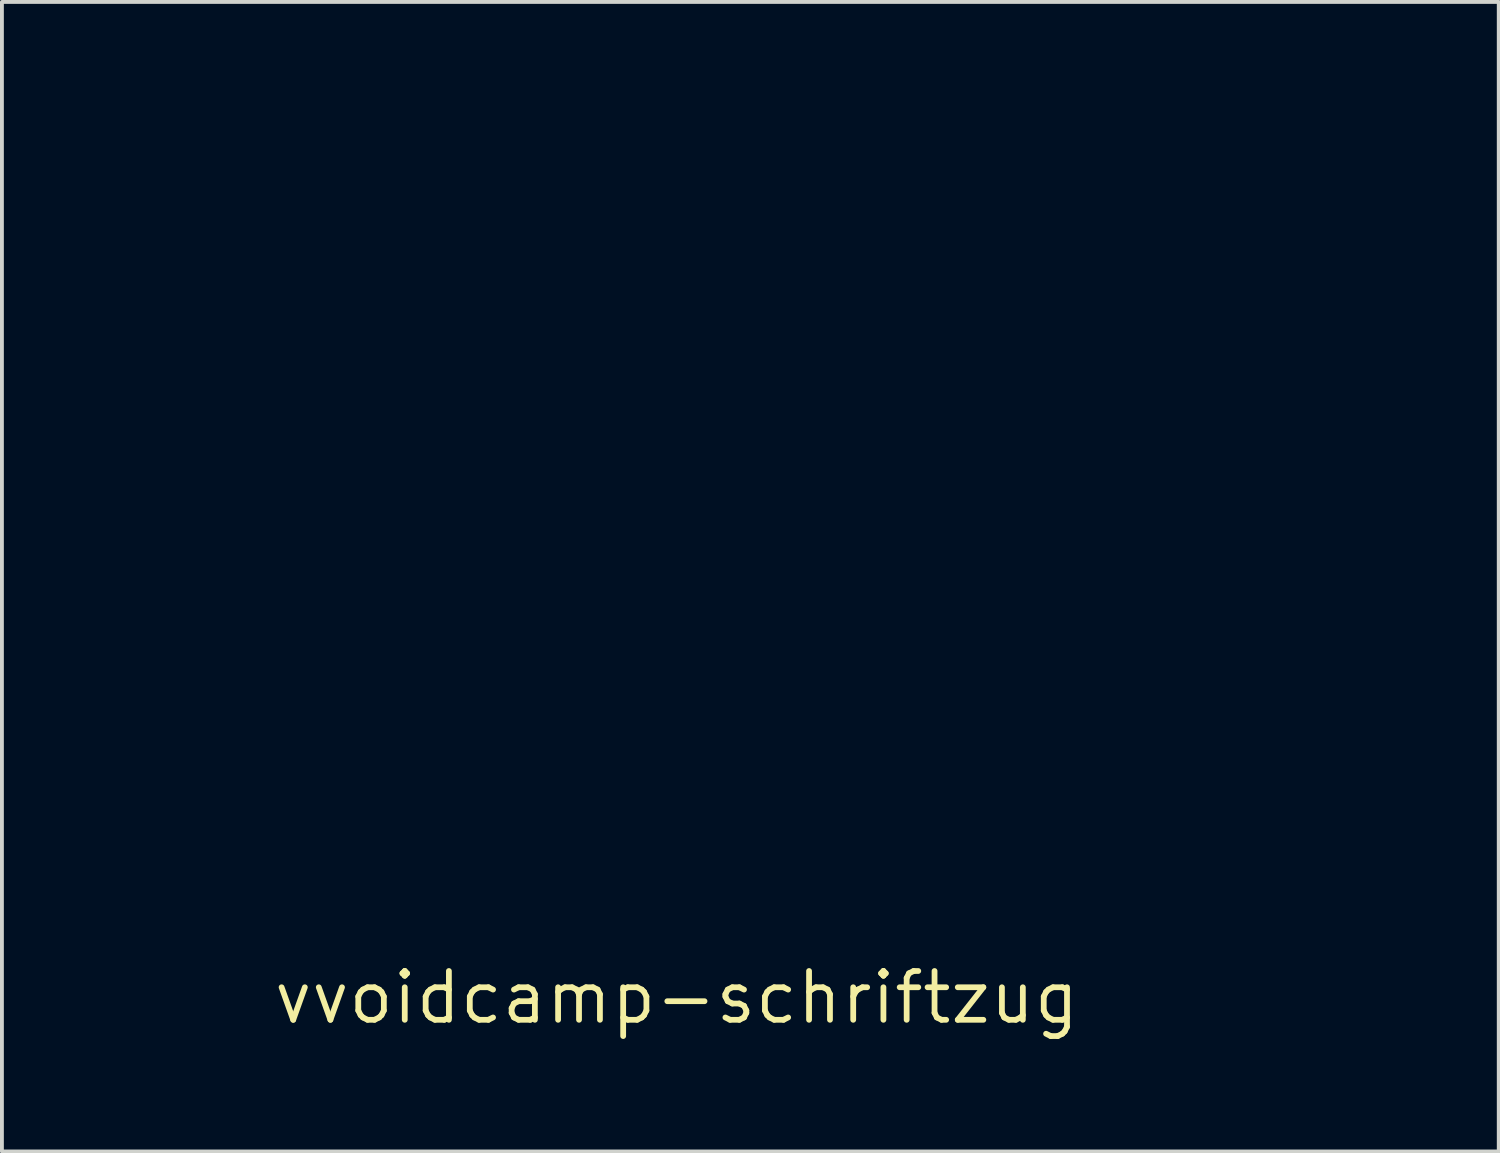
<source format=kicad_pcb>
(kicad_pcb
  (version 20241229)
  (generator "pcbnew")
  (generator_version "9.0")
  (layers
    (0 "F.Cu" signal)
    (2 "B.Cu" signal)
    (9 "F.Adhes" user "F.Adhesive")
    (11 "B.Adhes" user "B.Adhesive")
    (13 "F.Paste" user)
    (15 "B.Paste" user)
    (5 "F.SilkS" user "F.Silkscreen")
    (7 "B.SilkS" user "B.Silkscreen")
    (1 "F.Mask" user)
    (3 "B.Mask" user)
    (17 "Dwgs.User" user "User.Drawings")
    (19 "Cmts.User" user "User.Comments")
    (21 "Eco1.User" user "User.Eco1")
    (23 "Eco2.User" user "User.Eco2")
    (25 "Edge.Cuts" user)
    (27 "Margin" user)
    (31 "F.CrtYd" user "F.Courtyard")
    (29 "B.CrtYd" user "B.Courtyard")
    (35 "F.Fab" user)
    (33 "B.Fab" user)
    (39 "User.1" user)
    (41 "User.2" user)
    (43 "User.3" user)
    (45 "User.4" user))
  (footprint "vvoidcamp-schriftzug"
    (layer "F.Cu")
    (at 14.56 22.912)
    (property "Reference" "vvoidcamp-schriftzug" (at 0 0 0) (layer "F.SilkS") (effects (font (size 1.27 1.27) (thickness 0.15))))
    (attr through_hole)
    (fp_poly (pts (xy -2.993 -22.818) (xy -2.371 -22.818) (xy -2.371 -18.305) (xy -2.531 -18.148) (xy -2.692 -17.992) (xy -3.979 -17.992) (xy -3.979 -22.461) (xy -3.918 -22.521) (xy -3.302 -22.521) (xy -3.302 -18.627) (xy -2.667 -18.627) (xy -2.667 -22.521) (xy -3.302 -22.521) (xy -3.918 -22.521) (xy -3.798 -22.64) (xy -3.616 -22.818) (xy -2.993 -22.818)) (stroke (width 0.01) (type solid)) (fill yes) (layer "F.Mask"))
    (fp_poly (pts (xy -0.813 -22.776) (xy -0.428 -22.658) (xy -0.054 -22.47) (xy 0.294 -22.22) (xy 0.448 -22.079) (xy 0.728 -21.75) (xy 0.929 -21.395) (xy 1.053 -21.012) (xy 1.099 -20.597) (xy 1.069 -20.147) (xy 1.034 -19.948) (xy 0.907 -19.524) (xy 0.711 -19.147) (xy 0.449 -18.819) (xy 0.124 -18.543) (xy -0.262 -18.32) (xy -0.705 -18.152) (xy -1.202 -18.043) (xy -1.477 -18.011) (xy -1.82 -17.981) (xy -1.82 -18.669) (xy -1.185 -18.669) (xy -1.048 -18.67) (xy -0.937 -18.685) (xy -0.783 -18.722) (xy -0.623 -18.772) (xy -0.228 -18.952) (xy 0.111 -19.192) (xy 0.39 -19.488) (xy 0.588 -19.802) (xy 0.72 -20.15) (xy 0.773 -20.503) (xy 0.753 -20.852) (xy 0.663 -21.189) (xy 0.508 -21.507) (xy 0.294 -21.796) (xy 0.025 -22.048) (xy -0.294 -22.257) (xy -0.658 -22.412) (xy -1.008 -22.499) (xy -1.185 -22.529) (xy -1.185 -18.669) (xy -1.82 -18.669) (xy -1.82 -22.513) (xy -1.609 -22.666) (xy -1.466 -22.758) (xy -1.345 -22.804) (xy -1.212 -22.817) (xy -1.196 -22.817) (xy -0.813 -22.776)) (stroke (width 0.01) (type solid)) (fill yes) (layer "F.Mask"))
    (fp_poly (pts (xy 14.649 -18.352) (xy 14.312 -18.034) (xy 10.753 -18.034) (xy 10.753 -21.876) (xy 11.397 -21.876) (xy 11.398 -21.691) (xy 11.4 -21.448) (xy 11.403 -21.156) (xy 11.408 -20.826) (xy 11.413 -20.465) (xy 11.415 -20.348) (xy 11.444 -18.669) (xy 14.351 -18.669) (xy 14.351 -22.063) (xy 13.652 -21.202) (xy 13.463 -20.971) (xy 13.291 -20.764) (xy 13.144 -20.589) (xy 13.027 -20.454) (xy 12.949 -20.369) (xy 12.918 -20.341) (xy 12.882 -20.372) (xy 12.799 -20.459) (xy 12.676 -20.593) (xy 12.521 -20.767) (xy 12.341 -20.972) (xy 12.147 -21.196) (xy 11.952 -21.422) (xy 11.775 -21.625) (xy 11.624 -21.796) (xy 11.506 -21.928) (xy 11.429 -22.011) (xy 11.399 -22.039) (xy 11.397 -21.995) (xy 11.397 -21.876) (xy 10.753 -21.876) (xy 10.753 -22.504) (xy 10.938 -22.686) (xy 11.124 -22.868) (xy 11.985 -21.869) (xy 12.198 -21.623) (xy 12.394 -21.399) (xy 12.566 -21.205) (xy 12.707 -21.048) (xy 12.809 -20.936) (xy 12.867 -20.877) (xy 12.877 -20.87) (xy 12.911 -20.902) (xy 12.993 -20.99) (xy 13.115 -21.128) (xy 13.271 -21.307) (xy 13.455 -21.52) (xy 13.658 -21.76) (xy 13.767 -21.889) (xy 14.626 -22.907) (xy 14.649 -18.352)) (stroke (width 0.01) (type solid)) (fill yes) (layer "F.Mask"))
    (fp_poly (pts (xy 16.284 -22.766) (xy 16.608 -22.759) (xy 16.861 -22.752) (xy 17.054 -22.743) (xy 17.201 -22.732) (xy 17.314 -22.717) (xy 17.406 -22.696) (xy 17.49 -22.67) (xy 17.538 -22.652) (xy 17.835 -22.506) (xy 18.065 -22.322) (xy 18.237 -22.091) (xy 18.266 -22.036) (xy 18.324 -21.916) (xy 18.361 -21.815) (xy 18.382 -21.705) (xy 18.39 -21.564) (xy 18.391 -21.366) (xy 18.391 -21.339) (xy 18.375 -21.013) (xy 18.326 -20.746) (xy 18.236 -20.518) (xy 18.097 -20.305) (xy 17.986 -20.174) (xy 17.81 -20.011) (xy 17.607 -19.868) (xy 17.4 -19.759) (xy 17.21 -19.696) (xy 17.117 -19.685) (xy 16.976 -19.685) (xy 16.976 -18.348) (xy 16.655 -18.034) (xy 14.901 -18.034) (xy 14.901 -18.669) (xy 15.579 -18.669) (xy 16.679 -18.669) (xy 16.679 -20.139) (xy 17.007 -20.169) (xy 17.298 -20.212) (xy 17.527 -20.289) (xy 17.71 -20.405) (xy 17.817 -20.511) (xy 17.957 -20.7) (xy 18.046 -20.901) (xy 18.096 -21.145) (xy 18.105 -21.225) (xy 18.101 -21.549) (xy 18.027 -21.829) (xy 17.882 -22.062) (xy 17.669 -22.245) (xy 17.446 -22.358) (xy 17.351 -22.391) (xy 17.251 -22.416) (xy 17.131 -22.435) (xy 16.976 -22.448) (xy 16.771 -22.458) (xy 16.502 -22.467) (xy 16.394 -22.469) (xy 15.579 -22.489) (xy 15.579 -18.669) (xy 14.901 -18.669) (xy 14.901 -22.419) (xy 15.088 -22.602) (xy 15.274 -22.785) (xy 16.284 -22.766)) (stroke (width 0.01) (type solid)) (fill yes) (layer "F.Mask"))
    (fp_poly (pts (xy -5.968 -22.78) (xy -5.561 -22.667) (xy -5.191 -22.478) (xy -4.854 -22.211) (xy -4.825 -22.183) (xy -4.566 -21.881) (xy -4.374 -21.546) (xy -4.237 -21.158) (xy -4.227 -21.118) (xy -4.16 -20.707) (xy -4.173 -20.31) (xy -4.265 -19.924) (xy -4.44 -19.545) (xy -4.697 -19.171) (xy -4.974 -18.86) (xy -5.35 -18.526) (xy -5.737 -18.273) (xy -6.134 -18.102) (xy -6.538 -18.013) (xy -6.948 -18.008) (xy -7.227 -18.053) (xy -7.612 -18.182) (xy -7.97 -18.381) (xy -8.29 -18.64) (xy -8.561 -18.947) (xy -8.771 -19.293) (xy -8.909 -19.662) (xy -8.941 -19.831) (xy -8.964 -20.041) (xy -8.974 -20.252) (xy -8.974 -20.276) (xy -8.952 -20.528) (xy -8.335 -20.528) (xy -8.289 -20.168) (xy -8.176 -19.823) (xy -8.002 -19.504) (xy -7.77 -19.221) (xy -7.484 -18.983) (xy -7.149 -18.799) (xy -6.831 -18.694) (xy -6.611 -18.648) (xy -6.426 -18.633) (xy -6.234 -18.646) (xy -6.072 -18.673) (xy -5.69 -18.784) (xy -5.344 -18.966) (xy -5.043 -19.211) (xy -4.796 -19.51) (xy -4.61 -19.856) (xy -4.495 -20.238) (xy -4.483 -20.304) (xy -4.464 -20.679) (xy -4.522 -21.047) (xy -4.65 -21.396) (xy -4.841 -21.717) (xy -5.089 -21.998) (xy -5.384 -22.229) (xy -5.722 -22.398) (xy -5.904 -22.456) (xy -6.3 -22.516) (xy -6.695 -22.494) (xy -7.08 -22.391) (xy -7.445 -22.208) (xy -7.475 -22.189) (xy -7.66 -22.06) (xy -7.798 -21.939) (xy -7.917 -21.796) (xy -8.04 -21.611) (xy -8.215 -21.26) (xy -8.312 -20.895) (xy -8.335 -20.528) (xy -8.952 -20.528) (xy -8.941 -20.65) (xy -8.842 -21.004) (xy -8.673 -21.348) (xy -8.429 -21.689) (xy -8.151 -21.994) (xy -7.809 -22.303) (xy -7.476 -22.534) (xy -7.139 -22.694) (xy -6.789 -22.786) (xy -6.414 -22.817) (xy -6.411 -22.817) (xy -5.968 -22.78)) (stroke (width 0.01) (type solid)) (fill yes) (layer "F.Mask"))
    (fp_poly (pts (xy 5.001 -22.757) (xy 5.402 -22.674) (xy 5.747 -22.538) (xy 5.898 -22.455) (xy 6.055 -22.354) (xy 6.199 -22.247) (xy 6.313 -22.149) (xy 6.381 -22.072) (xy 6.392 -22.043) (xy 6.365 -21.998) (xy 6.287 -21.9) (xy 6.168 -21.76) (xy 6.014 -21.586) (xy 5.835 -21.387) (xy 5.715 -21.257) (xy 5.038 -20.525) (xy 5.718 -19.788) (xy 5.968 -19.515) (xy 6.157 -19.298) (xy 6.287 -19.139) (xy 6.355 -19.038) (xy 6.366 -18.998) (xy 6.325 -18.941) (xy 6.247 -18.838) (xy 6.146 -18.709) (xy 6.123 -18.68) (xy 6.003 -18.538) (xy 5.899 -18.443) (xy 5.78 -18.371) (xy 5.613 -18.301) (xy 5.591 -18.292) (xy 5.07 -18.122) (xy 4.585 -18.029) (xy 4.137 -18.012) (xy 3.937 -18.031) (xy 3.534 -18.124) (xy 3.161 -18.284) (xy 2.829 -18.502) (xy 2.549 -18.772) (xy 2.333 -19.085) (xy 2.312 -19.126) (xy 2.168 -19.496) (xy 2.091 -19.897) (xy 2.078 -20.313) (xy 2.08 -20.333) (xy 2.725 -20.333) (xy 2.744 -20.189) (xy 2.848 -19.795) (xy 3.018 -19.456) (xy 3.251 -19.172) (xy 3.547 -18.944) (xy 3.905 -18.774) (xy 3.931 -18.764) (xy 4.077 -18.718) (xy 4.209 -18.69) (xy 4.355 -18.678) (xy 4.544 -18.678) (xy 4.657 -18.682) (xy 4.878 -18.693) (xy 5.045 -18.712) (xy 5.191 -18.746) (xy 5.344 -18.801) (xy 5.43 -18.836) (xy 5.6 -18.906) (xy 5.728 -18.963) (xy 5.812 -19.016) (xy 5.85 -19.075) (xy 5.841 -19.149) (xy 5.783 -19.248) (xy 5.675 -19.38) (xy 5.514 -19.557) (xy 5.3 -19.787) (xy 5.267 -19.823) (xy 4.608 -20.532) (xy 5.278 -21.254) (xy 5.468 -21.461) (xy 5.638 -21.65) (xy 5.778 -21.81) (xy 5.881 -21.932) (xy 5.938 -22.008) (xy 5.948 -22.027) (xy 5.911 -22.075) (xy 5.811 -22.141) (xy 5.667 -22.216) (xy 5.496 -22.293) (xy 5.318 -22.362) (xy 5.149 -22.415) (xy 5.053 -22.438) (xy 4.682 -22.469) (xy 4.306 -22.431) (xy 3.942 -22.329) (xy 3.606 -22.168) (xy 3.315 -21.954) (xy 3.16 -21.791) (xy 2.951 -21.471) (xy 2.805 -21.109) (xy 2.728 -20.723) (xy 2.725 -20.333) (xy 2.08 -20.333) (xy 2.127 -20.73) (xy 2.235 -21.131) (xy 2.4 -21.503) (xy 2.621 -21.831) (xy 2.751 -21.973) (xy 3.002 -22.192) (xy 3.266 -22.365) (xy 3.576 -22.51) (xy 3.668 -22.546) (xy 4.141 -22.693) (xy 4.583 -22.763) (xy 5.001 -22.757)) (stroke (width 0.01) (type solid)) (fill yes) (layer "F.Mask"))
    (fp_poly (pts (xy 8.622 -22.743) (xy 8.677 -22.631) (xy 8.76 -22.461) (xy 8.867 -22.239) (xy 8.994 -21.974) (xy 9.138 -21.674) (xy 9.293 -21.349) (xy 9.457 -21.005) (xy 9.624 -20.652) (xy 9.792 -20.298) (xy 9.956 -19.951) (xy 10.113 -19.62) (xy 10.257 -19.313) (xy 10.386 -19.038) (xy 10.496 -18.803) (xy 10.582 -18.618) (xy 10.64 -18.49) (xy 10.667 -18.428) (xy 10.668 -18.424) (xy 10.641 -18.382) (xy 10.57 -18.3) (xy 10.49 -18.216) (xy 10.312 -18.034) (xy 8.22 -18.034) (xy 7.729 -18.034) (xy 7.316 -18.036) (xy 6.976 -18.038) (xy 6.704 -18.042) (xy 6.493 -18.047) (xy 6.338 -18.053) (xy 6.234 -18.061) (xy 6.173 -18.071) (xy 6.151 -18.083) (xy 6.151 -18.087) (xy 6.173 -18.134) (xy 6.228 -18.251) (xy 6.312 -18.43) (xy 6.423 -18.664) (xy 6.444 -18.709) (xy 6.998 -18.709) (xy 7.022 -18.687) (xy 7.09 -18.675) (xy 7.217 -18.67) (xy 7.375 -18.669) (xy 7.773 -18.669) (xy 7.801 -18.727) (xy 8.213 -18.727) (xy 8.252 -18.72) (xy 8.357 -18.715) (xy 8.509 -18.712) (xy 8.593 -18.711) (xy 8.974 -18.711) (xy 8.577 -19.51) (xy 8.395 -19.127) (xy 8.318 -18.964) (xy 8.258 -18.832) (xy 8.22 -18.748) (xy 8.213 -18.727) (xy 7.801 -18.727) (xy 8.148 -19.454) (xy 8.263 -19.692) (xy 8.367 -19.902) (xy 8.454 -20.075) (xy 8.518 -20.197) (xy 8.554 -20.256) (xy 8.558 -20.26) (xy 8.586 -20.231) (xy 8.645 -20.135) (xy 8.729 -19.985) (xy 8.833 -19.791) (xy 8.95 -19.564) (xy 8.995 -19.475) (xy 9.398 -18.669) (xy 9.803 -18.669) (xy 9.974 -18.672) (xy 10.106 -18.68) (xy 10.181 -18.692) (xy 10.191 -18.701) (xy 10.17 -18.745) (xy 10.117 -18.857) (xy 10.036 -19.03) (xy 9.93 -19.256) (xy 9.802 -19.526) (xy 9.658 -19.833) (xy 9.5 -20.168) (xy 9.399 -20.384) (xy 9.235 -20.732) (xy 9.081 -21.057) (xy 8.942 -21.351) (xy 8.822 -21.604) (xy 8.723 -21.81) (xy 8.651 -21.96) (xy 8.608 -22.046) (xy 8.598 -22.064) (xy 8.577 -22.032) (xy 8.524 -21.932) (xy 8.444 -21.775) (xy 8.342 -21.569) (xy 8.222 -21.324) (xy 8.088 -21.049) (xy 7.946 -20.754) (xy 7.798 -20.447) (xy 7.651 -20.139) (xy 7.508 -19.839) (xy 7.374 -19.556) (xy 7.254 -19.299) (xy 7.152 -19.078) (xy 7.072 -18.903) (xy 7.019 -18.782) (xy 7.004 -18.743) (xy 6.998 -18.709) (xy 6.444 -18.709) (xy 6.556 -18.947) (xy 6.709 -19.271) (xy 6.879 -19.629) (xy 7.061 -20.015) (xy 7.196 -20.299) (xy 7.423 -20.779) (xy 7.618 -21.187) (xy 7.784 -21.531) (xy 7.924 -21.816) (xy 8.04 -22.048) (xy 8.136 -22.233) (xy 8.215 -22.378) (xy 8.28 -22.487) (xy 8.334 -22.567) (xy 8.381 -22.624) (xy 8.393 -22.638) (xy 8.491 -22.728) (xy 8.566 -22.781) (xy 8.598 -22.786) (xy 8.622 -22.743)) (stroke (width 0.01) (type solid)) (fill yes) (layer "F.Mask"))
    (fp_poly (pts (xy -10.76 -22.775) (xy -10.294 -22.774) (xy -9.86 -22.772) (xy -9.466 -22.769) (xy -9.117 -22.765) (xy -8.821 -22.762) (xy -8.585 -22.757) (xy -8.415 -22.752) (xy -8.318 -22.747) (xy -8.297 -22.744) (xy -8.314 -22.701) (xy -8.365 -22.588) (xy -8.446 -22.413) (xy -8.553 -22.182) (xy -8.685 -21.902) (xy -8.836 -21.579) (xy -9.004 -21.222) (xy -9.187 -20.836) (xy -9.341 -20.511) (xy -9.611 -19.945) (xy -9.848 -19.454) (xy -10.053 -19.035) (xy -10.23 -18.683) (xy -10.378 -18.396) (xy -10.5 -18.171) (xy -10.598 -18.004) (xy -10.673 -17.893) (xy -10.727 -17.834) (xy -10.752 -17.822) (xy -10.779 -17.859) (xy -10.835 -17.96) (xy -10.914 -18.113) (xy -11.009 -18.307) (xy -11.101 -18.5) (xy -11.226 -18.761) (xy -11.323 -18.949) (xy -11.392 -19.068) (xy -11.438 -19.124) (xy -11.461 -19.124) (xy -11.498 -19.066) (xy -11.563 -18.951) (xy -11.647 -18.8) (xy -11.707 -18.69) (xy -11.829 -18.47) (xy -11.95 -18.264) (xy -12.064 -18.083) (xy -12.162 -17.941) (xy -12.234 -17.85) (xy -12.272 -17.822) (xy -12.296 -17.859) (xy -12.354 -17.966) (xy -12.443 -18.135) (xy -12.558 -18.361) (xy -12.697 -18.637) (xy -12.857 -18.957) (xy -13.034 -19.313) (xy -13.225 -19.699) (xy -13.426 -20.109) (xy -13.431 -20.119) (xy -14.555 -22.416) (xy -14.519 -22.453) (xy -13.716 -22.453) (xy -13.698 -22.41) (xy -13.647 -22.301) (xy -13.568 -22.134) (xy -13.465 -21.919) (xy -13.342 -21.665) (xy -13.204 -21.38) (xy -13.056 -21.075) (xy -12.9 -20.757) (xy -12.743 -20.436) (xy -12.589 -20.121) (xy -12.441 -19.821) (xy -12.305 -19.545) (xy -12.185 -19.302) (xy -12.084 -19.1) (xy -12.009 -18.951) (xy -11.962 -18.861) (xy -11.948 -18.838) (xy -11.926 -18.874) (xy -11.874 -18.973) (xy -11.801 -19.121) (xy -11.712 -19.305) (xy -11.682 -19.368) (xy -11.433 -19.895) (xy -11.086 -19.895) (xy -10.575 -18.817) (xy -10.065 -19.833) (xy -9.9 -20.163) (xy -9.721 -20.522) (xy -9.54 -20.888) (xy -9.369 -21.236) (xy -9.219 -21.544) (xy -9.16 -21.665) (xy -8.766 -22.481) (xy -9.867 -22.458) (xy -10.476 -21.176) (xy -11.086 -19.895) (xy -11.433 -19.895) (xy -11.432 -19.897) (xy -12.625 -22.466) (xy -12.262 -22.466) (xy -12.248 -22.425) (xy -12.203 -22.319) (xy -12.13 -22.156) (xy -12.035 -21.948) (xy -11.922 -21.704) (xy -11.807 -21.46) (xy -11.678 -21.187) (xy -11.56 -20.934) (xy -11.457 -20.715) (xy -11.375 -20.538) (xy -11.32 -20.418) (xy -11.298 -20.367) (xy -11.263 -20.298) (xy -11.242 -20.282) (xy -11.221 -20.323) (xy -11.168 -20.431) (xy -11.088 -20.596) (xy -10.987 -20.808) (xy -10.868 -21.056) (xy -10.737 -21.332) (xy -10.715 -21.378) (xy -10.204 -22.458) (xy -11.225 -22.469) (xy -11.51 -22.472) (xy -11.766 -22.473) (xy -11.98 -22.473) (xy -12.142 -22.471) (xy -12.239 -22.469) (xy -12.262 -22.466) (xy -12.625 -22.466) (xy -12.631 -22.479) (xy -13.174 -22.479) (xy -13.377 -22.477) (xy -13.545 -22.472) (xy -13.663 -22.464) (xy -13.715 -22.455) (xy -13.716 -22.453) (xy -14.519 -22.453) (xy -14.381 -22.595) (xy -14.206 -22.775) (xy -11.252 -22.775) (xy -10.76 -22.775)) (stroke (width 0.01) (type solid)) (fill yes) (layer "F.Mask")))
  (gr_rect
    (start -3 -3)
    (end 35.957 26.918)
    (stroke (width 0.1) (type default))
    (fill no)
    (layer "Edge.Cuts")))
</source>
